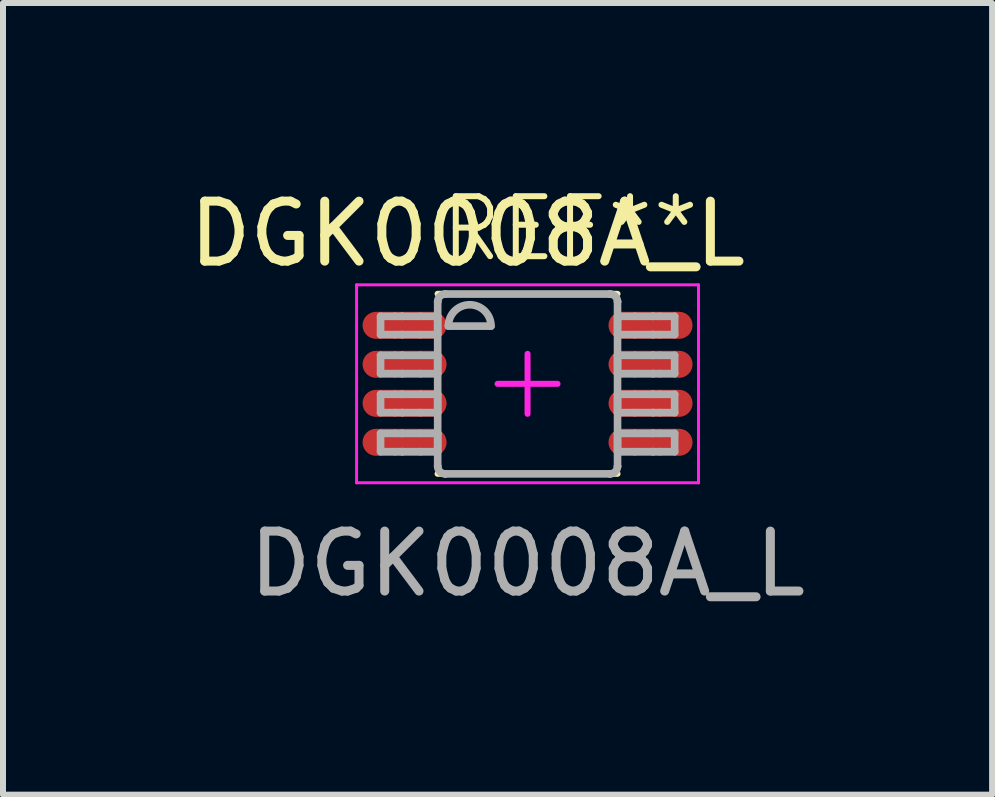
<source format=kicad_pcb>
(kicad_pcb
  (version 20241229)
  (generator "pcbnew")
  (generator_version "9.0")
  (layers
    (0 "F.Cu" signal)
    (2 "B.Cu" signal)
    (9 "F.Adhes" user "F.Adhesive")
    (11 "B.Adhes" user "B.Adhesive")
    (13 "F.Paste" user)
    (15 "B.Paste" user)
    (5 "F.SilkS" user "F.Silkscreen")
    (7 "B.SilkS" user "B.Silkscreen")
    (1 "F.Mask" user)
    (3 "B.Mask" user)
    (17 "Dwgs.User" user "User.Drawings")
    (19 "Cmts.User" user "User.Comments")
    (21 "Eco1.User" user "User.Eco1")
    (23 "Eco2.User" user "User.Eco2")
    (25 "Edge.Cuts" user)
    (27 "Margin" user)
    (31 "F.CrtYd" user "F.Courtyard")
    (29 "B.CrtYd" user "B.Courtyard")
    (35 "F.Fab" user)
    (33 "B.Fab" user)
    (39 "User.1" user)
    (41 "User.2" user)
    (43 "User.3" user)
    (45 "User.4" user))
  (footprint "DGK0008A_L"
    (layer "F.Cu")
    (at 5.744 3.348)
    (property "Reference" "DGK0008A_L" (at -1 -2.5 0) (unlocked yes) (layer "F.SilkS") (effects (font (size 1 1) (thickness 0.15))))
    (attr smd)
    (fp_line (start -1.5 -1.5) (end 1.5 -1.5) (stroke (width 0.1) (type default)) (layer "F.SilkS"))
    (fp_line (start 1.5 1.5) (end -1.5 1.5) (stroke (width 0.1) (type default)) (layer "F.SilkS"))
    (fp_line (start -2.85 -1.65) (end 2.85 -1.65) (stroke (width 0.05) (type solid)) (layer "F.CrtYd"))
    (fp_line (start -2.85 1.65) (end -2.85 -1.65) (stroke (width 0.05) (type solid)) (layer "F.CrtYd"))
    (fp_line (start -2.85 1.65) (end 2.85 1.65) (stroke (width 0.05) (type solid)) (layer "F.CrtYd"))
    (fp_line (start -0.5 -0.000003) (end 0.5 -0.000003) (stroke (width 0.1) (type solid)) (layer "F.CrtYd"))
    (fp_line (start 0.000003 0.5) (end 0.000003 -0.5) (stroke (width 0.1) (type solid)) (layer "F.CrtYd"))
    (fp_line (start 2.85 1.65) (end 2.85 -1.65) (stroke (width 0.05) (type solid)) (layer "F.CrtYd"))
    (fp_line (start -2.45 -1.125) (end -2.21 -1.125) (stroke (width 0.127) (type solid)) (layer "F.Fab"))
    (fp_line (start -2.45 -0.82) (end -2.45 -1.125) (stroke (width 0.127) (type solid)) (layer "F.Fab"))
    (fp_line (start -2.45 -0.82) (end -2.21 -0.82) (stroke (width 0.127) (type solid)) (layer "F.Fab"))
    (fp_line (start -2.45 -0.475) (end -2.21 -0.475) (stroke (width 0.127) (type solid)) (layer "F.Fab"))
    (fp_line (start -2.45 -0.17) (end -2.45 -0.475) (stroke (width 0.127) (type solid)) (layer "F.Fab"))
    (fp_line (start -2.45 -0.17) (end -2.21 -0.17) (stroke (width 0.127) (type solid)) (layer "F.Fab"))
    (fp_line (start -2.45 0.175) (end -2.21 0.175) (stroke (width 0.127) (type solid)) (layer "F.Fab"))
    (fp_line (start -2.45 0.48) (end -2.45 0.175) (stroke (width 0.127) (type solid)) (layer "F.Fab"))
    (fp_line (start -2.45 0.48) (end -2.21 0.48) (stroke (width 0.127) (type solid)) (layer "F.Fab"))
    (fp_line (start -2.45 0.826) (end -2.21 0.826) (stroke (width 0.127) (type solid)) (layer "F.Fab"))
    (fp_line (start -2.45 1.131) (end -2.45 0.826) (stroke (width 0.127) (type solid)) (layer "F.Fab"))
    (fp_line (start -2.45 1.131) (end -2.21 1.131) (stroke (width 0.127) (type solid)) (layer "F.Fab"))
    (fp_line (start -2.21 -1.125) (end -2.091 -1.125) (stroke (width 0.127) (type solid)) (layer "F.Fab"))
    (fp_line (start -2.21 -0.82) (end -2.091 -0.82) (stroke (width 0.127) (type solid)) (layer "F.Fab"))
    (fp_line (start -2.21 -0.475) (end -2.091 -0.475) (stroke (width 0.127) (type solid)) (layer "F.Fab"))
    (fp_line (start -2.21 -0.17) (end -2.091 -0.17) (stroke (width 0.127) (type solid)) (layer "F.Fab"))
    (fp_line (start -2.21 0.175) (end -2.091 0.175) (stroke (width 0.127) (type solid)) (layer "F.Fab"))
    (fp_line (start -2.21 0.48) (end -2.091 0.48) (stroke (width 0.127) (type solid)) (layer "F.Fab"))
    (fp_line (start -2.21 0.826) (end -2.091 0.826) (stroke (width 0.127) (type solid)) (layer "F.Fab"))
    (fp_line (start -2.21 1.131) (end -2.091 1.131) (stroke (width 0.127) (type solid)) (layer "F.Fab"))
    (fp_line (start -2.091 -1.125) (end -2.087 -1.125) (stroke (width 0.127) (type solid)) (layer "F.Fab"))
    (fp_line (start -2.091 -0.82) (end -2.087 -0.82) (stroke (width 0.127) (type solid)) (layer "F.Fab"))
    (fp_line (start -2.091 -0.475) (end -2.087 -0.475) (stroke (width 0.127) (type solid)) (layer "F.Fab"))
    (fp_line (start -2.091 -0.17) (end -2.087 -0.17) (stroke (width 0.127) (type solid)) (layer "F.Fab"))
    (fp_line (start -2.091 0.175) (end -2.087 0.175) (stroke (width 0.127) (type solid)) (layer "F.Fab"))
    (fp_line (start -2.091 0.48) (end -2.087 0.48) (stroke (width 0.127) (type solid)) (layer "F.Fab"))
    (fp_line (start -2.091 0.826) (end -2.087 0.826) (stroke (width 0.127) (type solid)) (layer "F.Fab"))
    (fp_line (start -2.091 1.131) (end -2.087 1.131) (stroke (width 0.127) (type solid)) (layer "F.Fab"))
    (fp_line (start -2.087 -1.125) (end -1.784 -1.125) (stroke (width 0.127) (type solid)) (layer "F.Fab"))
    (fp_line (start -2.087 -0.82) (end -1.784 -0.82) (stroke (width 0.127) (type solid)) (layer "F.Fab"))
    (fp_line (start -2.087 -0.475) (end -1.784 -0.475) (stroke (width 0.127) (type solid)) (layer "F.Fab"))
    (fp_line (start -2.087 -0.17) (end -1.784 -0.17) (stroke (width 0.127) (type solid)) (layer "F.Fab"))
    (fp_line (start -2.087 0.175) (end -1.784 0.175) (stroke (width 0.127) (type solid)) (layer "F.Fab"))
    (fp_line (start -2.087 0.48) (end -1.784 0.48) (stroke (width 0.127) (type solid)) (layer "F.Fab"))
    (fp_line (start -2.087 0.826) (end -1.784 0.826) (stroke (width 0.127) (type solid)) (layer "F.Fab"))
    (fp_line (start -2.087 1.131) (end -1.784 1.131) (stroke (width 0.127) (type solid)) (layer "F.Fab"))
    (fp_line (start -1.784 -1.125) (end -1.498 -1.125) (stroke (width 0.127) (type solid)) (layer "F.Fab"))
    (fp_line (start -1.784 -0.82) (end -1.498 -0.82) (stroke (width 0.127) (type solid)) (layer "F.Fab"))
    (fp_line (start -1.784 -0.475) (end -1.498 -0.475) (stroke (width 0.127) (type solid)) (layer "F.Fab"))
    (fp_line (start -1.784 -0.17) (end -1.498 -0.17) (stroke (width 0.127) (type solid)) (layer "F.Fab"))
    (fp_line (start -1.784 0.175) (end -1.498 0.175) (stroke (width 0.127) (type solid)) (layer "F.Fab"))
    (fp_line (start -1.784 0.48) (end -1.498 0.48) (stroke (width 0.127) (type solid)) (layer "F.Fab"))
    (fp_line (start -1.784 0.826) (end -1.498 0.826) (stroke (width 0.127) (type solid)) (layer "F.Fab"))
    (fp_line (start -1.784 1.131) (end -1.498 1.131) (stroke (width 0.127) (type solid)) (layer "F.Fab"))
    (fp_line (start -1.498 -1.369) (end -1.497 -1.372) (stroke (width 0.127) (type solid)) (layer "F.Fab"))
    (fp_line (start -1.498 -0.82) (end -1.498 -1.125) (stroke (width 0.127) (type solid)) (layer "F.Fab"))
    (fp_line (start -1.498 -0.17) (end -1.498 -0.475) (stroke (width 0.127) (type solid)) (layer "F.Fab"))
    (fp_line (start -1.498 0.48) (end -1.498 0.175) (stroke (width 0.127) (type solid)) (layer "F.Fab"))
    (fp_line (start -1.498 1.131) (end -1.498 0.826) (stroke (width 0.127) (type solid)) (layer "F.Fab"))
    (fp_line (start -1.498 1.374) (end -1.498 -1.369) (stroke (width 0.127) (type solid)) (layer "F.Fab"))
    (fp_line (start -1.498 1.374) (end -1.497 1.377) (stroke (width 0.127) (type solid)) (layer "F.Fab"))
    (fp_line (start -1.373 -1.496) (end -1.371 -1.496) (stroke (width 0.127) (type solid)) (layer "F.Fab"))
    (fp_line (start -1.373 1.501) (end -1.371 1.501) (stroke (width 0.127) (type solid)) (layer "F.Fab"))
    (fp_line (start -1.371 -1.496) (end 1.373 -1.496) (stroke (width 0.127) (type solid)) (layer "F.Fab"))
    (fp_line (start -1.371 1.501) (end 1.373 1.501) (stroke (width 0.127) (type solid)) (layer "F.Fab"))
    (fp_line (start -1.32 -0.962) (end -0.609 -0.962) (stroke (width 0.127) (type solid)) (layer "F.Fab"))
    (fp_line (start 1.373 -1.496) (end 1.375 -1.496) (stroke (width 0.127) (type solid)) (layer "F.Fab"))
    (fp_line (start 1.373 1.501) (end 1.375 1.501) (stroke (width 0.127) (type solid)) (layer "F.Fab"))
    (fp_line (start 1.5 -1.372) (end 1.5 -1.369) (stroke (width 0.127) (type solid)) (layer "F.Fab"))
    (fp_line (start 1.5 1.377) (end 1.5 1.374) (stroke (width 0.127) (type solid)) (layer "F.Fab"))
    (fp_line (start 1.5 -1.125) (end 1.786 -1.125) (stroke (width 0.127) (type solid)) (layer "F.Fab"))
    (fp_line (start 1.5 -0.82) (end 1.5 -1.125) (stroke (width 0.127) (type solid)) (layer "F.Fab"))
    (fp_line (start 1.5 -0.82) (end 1.786 -0.82) (stroke (width 0.127) (type solid)) (layer "F.Fab"))
    (fp_line (start 1.5 -0.475) (end 1.786 -0.475) (stroke (width 0.127) (type solid)) (layer "F.Fab"))
    (fp_line (start 1.5 -0.17) (end 1.5 -0.475) (stroke (width 0.127) (type solid)) (layer "F.Fab"))
    (fp_line (start 1.5 -0.17) (end 1.786 -0.17) (stroke (width 0.127) (type solid)) (layer "F.Fab"))
    (fp_line (start 1.5 0.175) (end 1.786 0.175) (stroke (width 0.127) (type solid)) (layer "F.Fab"))
    (fp_line (start 1.5 0.48) (end 1.5 0.175) (stroke (width 0.127) (type solid)) (layer "F.Fab"))
    (fp_line (start 1.5 0.48) (end 1.786 0.48) (stroke (width 0.127) (type solid)) (layer "F.Fab"))
    (fp_line (start 1.5 0.826) (end 1.786 0.826) (stroke (width 0.127) (type solid)) (layer "F.Fab"))
    (fp_line (start 1.5 1.131) (end 1.5 0.826) (stroke (width 0.127) (type solid)) (layer "F.Fab"))
    (fp_line (start 1.5 1.131) (end 1.786 1.131) (stroke (width 0.127) (type solid)) (layer "F.Fab"))
    (fp_line (start 1.5 1.374) (end 1.5 -1.369) (stroke (width 0.127) (type solid)) (layer "F.Fab"))
    (fp_line (start 1.786 -1.125) (end 2.089 -1.125) (stroke (width 0.127) (type solid)) (layer "F.Fab"))
    (fp_line (start 1.786 -0.82) (end 2.089 -0.82) (stroke (width 0.127) (type solid)) (layer "F.Fab"))
    (fp_line (start 1.786 -0.475) (end 2.089 -0.475) (stroke (width 0.127) (type solid)) (layer "F.Fab"))
    (fp_line (start 1.786 -0.17) (end 2.089 -0.17) (stroke (width 0.127) (type solid)) (layer "F.Fab"))
    (fp_line (start 1.786 0.175) (end 2.089 0.175) (stroke (width 0.127) (type solid)) (layer "F.Fab"))
    (fp_line (start 1.786 0.48) (end 2.089 0.48) (stroke (width 0.127) (type solid)) (layer "F.Fab"))
    (fp_line (start 1.786 0.826) (end 2.089 0.826) (stroke (width 0.127) (type solid)) (layer "F.Fab"))
    (fp_line (start 1.786 1.131) (end 2.089 1.131) (stroke (width 0.127) (type solid)) (layer "F.Fab"))
    (fp_line (start 2.089 -1.125) (end 2.093 -1.125) (stroke (width 0.127) (type solid)) (layer "F.Fab"))
    (fp_line (start 2.089 -0.82) (end 2.093 -0.82) (stroke (width 0.127) (type solid)) (layer "F.Fab"))
    (fp_line (start 2.089 -0.475) (end 2.093 -0.475) (stroke (width 0.127) (type solid)) (layer "F.Fab"))
    (fp_line (start 2.089 -0.17) (end 2.093 -0.17) (stroke (width 0.127) (type solid)) (layer "F.Fab"))
    (fp_line (start 2.089 0.175) (end 2.093 0.175) (stroke (width 0.127) (type solid)) (layer "F.Fab"))
    (fp_line (start 2.089 0.48) (end 2.093 0.48) (stroke (width 0.127) (type solid)) (layer "F.Fab"))
    (fp_line (start 2.089 0.826) (end 2.093 0.826) (stroke (width 0.127) (type solid)) (layer "F.Fab"))
    (fp_line (start 2.089 1.131) (end 2.093 1.131) (stroke (width 0.127) (type solid)) (layer "F.Fab"))
    (fp_line (start 2.093 -1.125) (end 2.213 -1.125) (stroke (width 0.127) (type solid)) (layer "F.Fab"))
    (fp_line (start 2.093 -0.82) (end 2.213 -0.82) (stroke (width 0.127) (type solid)) (layer "F.Fab"))
    (fp_line (start 2.093 -0.475) (end 2.213 -0.475) (stroke (width 0.127) (type solid)) (layer "F.Fab"))
    (fp_line (start 2.093 -0.17) (end 2.213 -0.17) (stroke (width 0.127) (type solid)) (layer "F.Fab"))
    (fp_line (start 2.093 0.175) (end 2.213 0.175) (stroke (width 0.127) (type solid)) (layer "F.Fab"))
    (fp_line (start 2.093 0.48) (end 2.213 0.48) (stroke (width 0.127) (type solid)) (layer "F.Fab"))
    (fp_line (start 2.093 0.826) (end 2.213 0.826) (stroke (width 0.127) (type solid)) (layer "F.Fab"))
    (fp_line (start 2.093 1.131) (end 2.213 1.131) (stroke (width 0.127) (type solid)) (layer "F.Fab"))
    (fp_line (start 2.213 -1.125) (end 2.452 -1.125) (stroke (width 0.127) (type solid)) (layer "F.Fab"))
    (fp_line (start 2.213 -0.82) (end 2.452 -0.82) (stroke (width 0.127) (type solid)) (layer "F.Fab"))
    (fp_line (start 2.213 -0.475) (end 2.452 -0.475) (stroke (width 0.127) (type solid)) (layer "F.Fab"))
    (fp_line (start 2.213 -0.17) (end 2.452 -0.17) (stroke (width 0.127) (type solid)) (layer "F.Fab"))
    (fp_line (start 2.213 0.175) (end 2.452 0.175) (stroke (width 0.127) (type solid)) (layer "F.Fab"))
    (fp_line (start 2.213 0.48) (end 2.452 0.48) (stroke (width 0.127) (type solid)) (layer "F.Fab"))
    (fp_line (start 2.213 0.826) (end 2.452 0.826) (stroke (width 0.127) (type solid)) (layer "F.Fab"))
    (fp_line (start 2.213 1.131) (end 2.452 1.131) (stroke (width 0.127) (type solid)) (layer "F.Fab"))
    (fp_line (start 2.452 -0.82) (end 2.452 -1.125) (stroke (width 0.127) (type solid)) (layer "F.Fab"))
    (fp_line (start 2.452 -0.17) (end 2.452 -0.475) (stroke (width 0.127) (type solid)) (layer "F.Fab"))
    (fp_line (start 2.452 0.48) (end 2.452 0.175) (stroke (width 0.127) (type solid)) (layer "F.Fab"))
    (fp_line (start 2.452 1.131) (end 2.452 0.826) (stroke (width 0.127) (type solid)) (layer "F.Fab"))
    (fp_arc (start -1.497476 -1.371582) (mid -1.460306 -1.458644) (end -1.373243 -1.495814) (stroke (width 0.127) (type solid)) (layer "F.Fab"))
    (fp_arc (start -1.373243 1.501336) (mid -1.460306 1.464166) (end -1.497476 1.377104) (stroke (width 0.127) (type solid)) (layer "F.Fab"))
    (fp_arc (start -1.3197 -0.962439) (mid -0.9641 -1.318039) (end -0.6085 -0.962439) (stroke (width 0.127) (type solid)) (layer "F.Fab"))
    (fp_arc (start 1.375443 -1.495814) (mid 1.462505 -1.458644) (end 1.499675 -1.371582) (stroke (width 0.127) (type solid)) (layer "F.Fab"))
    (fp_arc (start 1.499675 1.377104) (mid 1.462505 1.464166) (end 1.375443 1.501336) (stroke (width 0.127) (type solid)) (layer "F.Fab"))
    (fp_text user "REF**" (at -1.5 -2 0) (unlocked yes) (layer "F.SilkS") (effects (font (size 1 1) (thickness 0.1)) (justify left bottom)))
    (fp_text user "${REFERENCE}" (at 0 3 0) (unlocked yes) (layer "F.Fab") (effects (font (size 1 1) (thickness 0.15))))
    (pad "1" smd oval (at -2.05 -0.975 90) (size 0.45 1.4) (layers "F.Cu" "F.Mask" "F.Paste"))
    (pad "2" smd oval (at -2.05 -0.325 90) (size 0.45 1.4) (layers "F.Cu" "F.Mask" "F.Paste"))
    (pad "3" smd oval (at -2.05 0.325 90) (size 0.45 1.4) (layers "F.Cu" "F.Mask" "F.Paste"))
    (pad "4" smd oval (at -2.05 0.975 90) (size 0.45 1.4) (layers "F.Cu" "F.Mask" "F.Paste"))
    (pad "5" smd oval (at 2.05 0.975 90) (size 0.45 1.4) (layers "F.Cu" "F.Mask" "F.Paste"))
    (pad "6" smd oval (at 2.05 0.325 90) (size 0.45 1.4) (layers "F.Cu" "F.Mask" "F.Paste"))
    (pad "7" smd oval (at 2.05 -0.325 90) (size 0.45 1.4) (layers "F.Cu" "F.Mask" "F.Paste"))
    (pad "8" smd oval (at 2.05 -0.975 90) (size 0.45 1.4) (layers "F.Cu" "F.Mask" "F.Paste")))
  (gr_rect
    (start -3 -3)
    (end 13.488 10.197)
    (stroke (width 0.1) (type default))
    (fill no)
    (layer "Edge.Cuts")))
</source>
